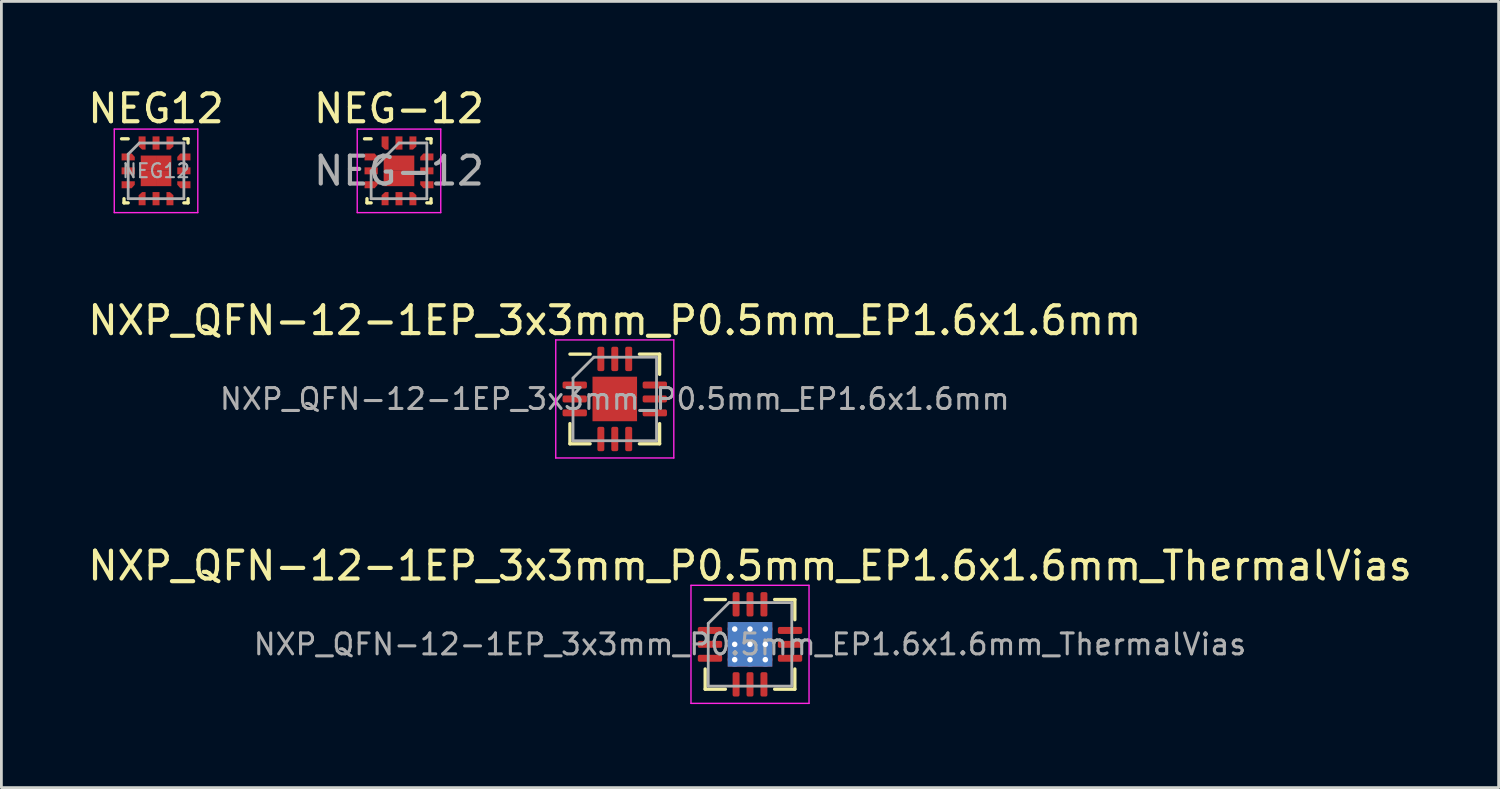
<source format=kicad_pcb>
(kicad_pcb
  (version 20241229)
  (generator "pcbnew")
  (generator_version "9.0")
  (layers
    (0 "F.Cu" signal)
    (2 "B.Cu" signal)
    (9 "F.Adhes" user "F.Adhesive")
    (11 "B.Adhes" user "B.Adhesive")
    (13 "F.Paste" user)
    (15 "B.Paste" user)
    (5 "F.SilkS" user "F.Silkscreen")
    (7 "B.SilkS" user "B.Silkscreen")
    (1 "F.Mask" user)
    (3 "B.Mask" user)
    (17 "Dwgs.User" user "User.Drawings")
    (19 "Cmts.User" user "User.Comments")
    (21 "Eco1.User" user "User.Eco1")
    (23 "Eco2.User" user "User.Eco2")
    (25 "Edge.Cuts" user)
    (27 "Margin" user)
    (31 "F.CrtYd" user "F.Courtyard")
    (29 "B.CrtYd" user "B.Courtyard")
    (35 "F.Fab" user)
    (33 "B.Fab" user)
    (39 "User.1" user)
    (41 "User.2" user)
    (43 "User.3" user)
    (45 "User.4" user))
  (footprint "NXP_QFN-12-1EP_3x3mm_P0.5mm_EP1.6x1.6mm"
    (layer "F.Cu")
    (at 19.03 11.279)
    (property "Reference" "NXP_QFN-12-1EP_3x3mm_P0.5mm_EP1.6x1.6mm" (at 0 -2.82 0) (layer "F.SilkS") (effects (font (size 1 1) (thickness 0.15))))
    (attr smd)
    (fp_line (start -1.61 1.61) (end -1.61 0.885) (stroke (width 0.12) (type solid)) (layer "F.SilkS"))
    (fp_line (start -0.885 -1.61) (end -1.61 -1.61) (stroke (width 0.12) (type solid)) (layer "F.SilkS"))
    (fp_line (start -0.885 1.61) (end -1.61 1.61) (stroke (width 0.12) (type solid)) (layer "F.SilkS"))
    (fp_line (start 0.885 -1.61) (end 1.61 -1.61) (stroke (width 0.12) (type solid)) (layer "F.SilkS"))
    (fp_line (start 0.885 1.61) (end 1.61 1.61) (stroke (width 0.12) (type solid)) (layer "F.SilkS"))
    (fp_line (start 1.61 -1.61) (end 1.61 -0.885) (stroke (width 0.12) (type solid)) (layer "F.SilkS"))
    (fp_line (start 1.61 1.61) (end 1.61 0.885) (stroke (width 0.12) (type solid)) (layer "F.SilkS"))
    (fp_line (start -2.12 -2.12) (end -2.12 2.12) (stroke (width 0.05) (type solid)) (layer "F.CrtYd"))
    (fp_line (start -2.12 2.12) (end 2.12 2.12) (stroke (width 0.05) (type solid)) (layer "F.CrtYd"))
    (fp_line (start 2.12 -2.12) (end -2.12 -2.12) (stroke (width 0.05) (type solid)) (layer "F.CrtYd"))
    (fp_line (start 2.12 2.12) (end 2.12 -2.12) (stroke (width 0.05) (type solid)) (layer "F.CrtYd"))
    (fp_line (start -1.5 -0.75) (end -0.75 -1.5) (stroke (width 0.1) (type solid)) (layer "F.Fab"))
    (fp_line (start -1.5 1.5) (end -1.5 -0.75) (stroke (width 0.1) (type solid)) (layer "F.Fab"))
    (fp_line (start -0.75 -1.5) (end 1.5 -1.5) (stroke (width 0.1) (type solid)) (layer "F.Fab"))
    (fp_line (start 1.5 -1.5) (end 1.5 1.5) (stroke (width 0.1) (type solid)) (layer "F.Fab"))
    (fp_line (start 1.5 1.5) (end -1.5 1.5) (stroke (width 0.1) (type solid)) (layer "F.Fab"))
    (fp_text user "${REFERENCE}" (at 0 0 0) (layer "F.Fab") (effects (font (size 0.75 0.75) (thickness 0.11))))
    (pad "" smd roundrect (at -0.4 -0.4) (size 0.64 0.64) (layers "F.Paste") (roundrect_rratio 0.25))
    (pad "" smd roundrect (at -0.4 0.4) (size 0.64 0.64) (layers "F.Paste") (roundrect_rratio 0.25))
    (pad "" smd roundrect (at 0.4 -0.4) (size 0.64 0.64) (layers "F.Paste") (roundrect_rratio 0.25))
    (pad "" smd roundrect (at 0.4 0.4) (size 0.64 0.64) (layers "F.Paste") (roundrect_rratio 0.25))
    (pad "1" smd roundrect (at -1.438 -0.5) (size 0.875 0.25) (layers "F.Cu" "F.Mask" "F.Paste") (roundrect_rratio 0.25))
    (pad "2" smd roundrect (at -1.438 0) (size 0.875 0.25) (layers "F.Cu" "F.Mask" "F.Paste") (roundrect_rratio 0.25))
    (pad "3" smd roundrect (at -1.438 0.5) (size 0.875 0.25) (layers "F.Cu" "F.Mask" "F.Paste") (roundrect_rratio 0.25))
    (pad "4" smd roundrect (at -0.5 1.438) (size 0.25 0.875) (layers "F.Cu" "F.Mask" "F.Paste") (roundrect_rratio 0.25))
    (pad "5" smd roundrect (at 0 1.438) (size 0.25 0.875) (layers "F.Cu" "F.Mask" "F.Paste") (roundrect_rratio 0.25))
    (pad "6" smd roundrect (at 0.5 1.438) (size 0.25 0.875) (layers "F.Cu" "F.Mask" "F.Paste") (roundrect_rratio 0.25))
    (pad "7" smd roundrect (at 1.438 0.5) (size 0.875 0.25) (layers "F.Cu" "F.Mask" "F.Paste") (roundrect_rratio 0.25))
    (pad "8" smd roundrect (at 1.438 0) (size 0.875 0.25) (layers "F.Cu" "F.Mask" "F.Paste") (roundrect_rratio 0.25))
    (pad "9" smd roundrect (at 1.438 -0.5) (size 0.875 0.25) (layers "F.Cu" "F.Mask" "F.Paste") (roundrect_rratio 0.25))
    (pad "10" smd roundrect (at 0.5 -1.438) (size 0.25 0.875) (layers "F.Cu" "F.Mask" "F.Paste") (roundrect_rratio 0.25))
    (pad "11" smd roundrect (at 0 -1.438) (size 0.25 0.875) (layers "F.Cu" "F.Mask" "F.Paste") (roundrect_rratio 0.25))
    (pad "12" smd roundrect (at -0.5 -1.438) (size 0.25 0.875) (layers "F.Cu" "F.Mask" "F.Paste") (roundrect_rratio 0.25))
    (pad "13" smd rect (at 0 0) (size 1.6 1.6) (layers "F.Cu" "F.Mask")))
  (footprint "NEG-12"
    (layer "F.Cu")
    (at 11.28 3.086)
    (property "Reference" "NEG-12" (at 0 -2.237 0) (layer "F.SilkS") (effects (font (size 1 1) (thickness 0.15))))
    (attr smd)
    (fp_line (start -1.15 1.15) (end -1.15 1) (stroke (width 0.12) (type solid)) (layer "F.SilkS"))
    (fp_line (start -1 -1.15) (end -1.238 -1.15) (stroke (width 0.12) (type solid)) (layer "F.SilkS"))
    (fp_line (start -1 1.15) (end -1.15 1.15) (stroke (width 0.12) (type solid)) (layer "F.SilkS"))
    (fp_line (start 1 -1.15) (end 1.15 -1.15) (stroke (width 0.12) (type solid)) (layer "F.SilkS"))
    (fp_line (start 1 1.15) (end 1.15 1.15) (stroke (width 0.12) (type solid)) (layer "F.SilkS"))
    (fp_line (start 1.15 -1.15) (end 1.15 -1) (stroke (width 0.12) (type solid)) (layer "F.SilkS"))
    (fp_line (start 1.15 1.15) (end 1.15 1) (stroke (width 0.12) (type solid)) (layer "F.SilkS"))
    (fp_line (start -1.5 -1.5) (end 1.5 -1.5) (stroke (width 0.05) (type solid)) (layer "F.CrtYd"))
    (fp_line (start -1.5 1.5) (end -1.5 -1.5) (stroke (width 0.05) (type solid)) (layer "F.CrtYd"))
    (fp_line (start 1.5 -1.5) (end 1.5 1.5) (stroke (width 0.05) (type solid)) (layer "F.CrtYd"))
    (fp_line (start 1.5 1.5) (end -1.5 1.5) (stroke (width 0.05) (type solid)) (layer "F.CrtYd"))
    (fp_line (start -1 0) (end -1 1) (stroke (width 0.1) (type solid)) (layer "F.Fab"))
    (fp_line (start -1 1) (end 1 1) (stroke (width 0.1) (type solid)) (layer "F.Fab"))
    (fp_line (start 0 -1) (end -1 0) (stroke (width 0.1) (type solid)) (layer "F.Fab"))
    (fp_line (start 1 -1) (end 0 -1) (stroke (width 0.1) (type solid)) (layer "F.Fab"))
    (fp_line (start 1 1) (end 1 -1) (stroke (width 0.1) (type solid)) (layer "F.Fab"))
    (fp_text user "${REFERENCE}" (at 0 0 0) (layer "F.Fab") (effects (font (size 1 1) (thickness 0.15))))
    (pad "1" smd custom (at -1 -0.5 90) (size 0.25 0.25) (layers "F.Cu" "F.Mask" "F.Paste") (options (anchor circle)) (primitives (gr_poly (pts (xy -0.125 0.237) (xy -0.125 -0.237) (xy 0.125 -0.237) (xy 0.125 0.125) (xy 0 0.237)) (width 0) (fill yes))))
    (pad "2" smd rect (at -1 0 90) (size 0.25 0.475) (layers "F.Cu" "F.Mask" "F.Paste"))
    (pad "3" smd custom (at -1 0.5 270) (size 0.25 0.25) (layers "F.Cu" "F.Mask" "F.Paste") (options (anchor circle)) (primitives (gr_poly (pts (xy -0.125 -0.237) (xy -0.125 0.237) (xy 0.125 0.237) (xy 0.125 -0.125) (xy 0 -0.237)) (width 0) (fill yes))))
    (pad "4" smd custom (at -0.5 1 180) (size 0.25 0.25) (layers "F.Cu" "F.Mask" "F.Paste") (options (anchor circle)) (primitives (gr_poly (pts (xy -0.125 0.237) (xy -0.125 -0.237) (xy 0.125 -0.237) (xy 0.125 0.125) (xy 0 0.237)) (width 0) (fill yes))))
    (pad "5" smd rect (at 0 1) (size 0.25 0.475) (layers "F.Cu" "F.Mask" "F.Paste"))
    (pad "6" smd custom (at 0.5 1) (size 0.25 0.25) (layers "F.Cu" "F.Mask" "F.Paste") (options (anchor circle)) (primitives (gr_poly (pts (xy -0.125 -0.237) (xy -0.125 0.237) (xy 0.125 0.237) (xy 0.125 -0.125) (xy 0 -0.237)) (width 0) (fill yes))))
    (pad "7" smd custom (at 1 0.5 270) (size 0.25 0.25) (layers "F.Cu" "F.Mask" "F.Paste") (options (anchor circle)) (primitives (gr_poly (pts (xy -0.125 0.237) (xy -0.125 -0.237) (xy 0.125 -0.237) (xy 0.125 0.125) (xy 0 0.237)) (width 0) (fill yes))))
    (pad "8" smd rect (at 1 0 90) (size 0.25 0.475) (layers "F.Cu" "F.Mask" "F.Paste"))
    (pad "9" smd custom (at 1 -0.5 90) (size 0.25 0.25) (layers "F.Cu" "F.Mask" "F.Paste") (options (anchor circle)) (primitives (gr_poly (pts (xy -0.125 -0.237) (xy -0.125 0.237) (xy 0.125 0.237) (xy 0.125 -0.125) (xy 0 -0.237)) (width 0) (fill yes))))
    (pad "10" smd custom (at 0.5 -1) (size 0.25 0.25) (layers "F.Cu" "F.Mask" "F.Paste") (options (anchor circle)) (primitives (gr_poly (pts (xy -0.125 0.237) (xy -0.125 -0.237) (xy 0.125 -0.237) (xy 0.125 0.125) (xy 0 0.237)) (width 0) (fill yes))))
    (pad "11" smd rect (at 0 -1) (size 0.25 0.475) (layers "F.Cu" "F.Mask" "F.Paste"))
    (pad "12" smd custom (at -0.5 -1 180) (size 0.25 0.25) (layers "F.Cu" "F.Mask" "F.Paste") (options (anchor circle)) (primitives (gr_poly (pts (xy -0.125 -0.237) (xy -0.125 0.237) (xy 0.125 0.237) (xy 0.125 -0.125) (xy 0 -0.237)) (width 0) (fill yes))))
    (pad "13" smd rect (at -0.275 -0.275) (size 0.55 0.55) (layers "F.Cu" "F.Mask" "F.Paste"))
    (pad "13" smd rect (at -0.275 0.275) (size 0.55 0.55) (layers "F.Cu" "F.Mask" "F.Paste"))
    (pad "13" smd rect (at 0.275 -0.275) (size 0.55 0.55) (layers "F.Cu" "F.Mask" "F.Paste"))
    (pad "13" smd rect (at 0.275 0.275) (size 0.55 0.55) (layers "F.Cu" "F.Mask" "F.Paste")))
  (footprint "NXP_QFN-12-1EP_3x3mm_P0.5mm_EP1.6x1.6mm_ThermalVias"
    (layer "F.Cu")
    (at 23.887 20.092)
    (property "Reference" "NXP_QFN-12-1EP_3x3mm_P0.5mm_EP1.6x1.6mm_ThermalVias" (at 0 -2.82 0) (layer "F.SilkS") (effects (font (size 1 1) (thickness 0.15))))
    (attr smd)
    (fp_line (start -1.61 1.61) (end -1.61 0.885) (stroke (width 0.12) (type solid)) (layer "F.SilkS"))
    (fp_line (start -0.885 -1.61) (end -1.61 -1.61) (stroke (width 0.12) (type solid)) (layer "F.SilkS"))
    (fp_line (start -0.885 1.61) (end -1.61 1.61) (stroke (width 0.12) (type solid)) (layer "F.SilkS"))
    (fp_line (start 0.885 -1.61) (end 1.61 -1.61) (stroke (width 0.12) (type solid)) (layer "F.SilkS"))
    (fp_line (start 0.885 1.61) (end 1.61 1.61) (stroke (width 0.12) (type solid)) (layer "F.SilkS"))
    (fp_line (start 1.61 -1.61) (end 1.61 -0.885) (stroke (width 0.12) (type solid)) (layer "F.SilkS"))
    (fp_line (start 1.61 1.61) (end 1.61 0.885) (stroke (width 0.12) (type solid)) (layer "F.SilkS"))
    (fp_line (start -2.12 -2.12) (end -2.12 2.12) (stroke (width 0.05) (type solid)) (layer "F.CrtYd"))
    (fp_line (start -2.12 2.12) (end 2.12 2.12) (stroke (width 0.05) (type solid)) (layer "F.CrtYd"))
    (fp_line (start 2.12 -2.12) (end -2.12 -2.12) (stroke (width 0.05) (type solid)) (layer "F.CrtYd"))
    (fp_line (start 2.12 2.12) (end 2.12 -2.12) (stroke (width 0.05) (type solid)) (layer "F.CrtYd"))
    (fp_line (start -1.5 -0.75) (end -0.75 -1.5) (stroke (width 0.1) (type solid)) (layer "F.Fab"))
    (fp_line (start -1.5 1.5) (end -1.5 -0.75) (stroke (width 0.1) (type solid)) (layer "F.Fab"))
    (fp_line (start -0.75 -1.5) (end 1.5 -1.5) (stroke (width 0.1) (type solid)) (layer "F.Fab"))
    (fp_line (start 1.5 -1.5) (end 1.5 1.5) (stroke (width 0.1) (type solid)) (layer "F.Fab"))
    (fp_line (start 1.5 1.5) (end -1.5 1.5) (stroke (width 0.1) (type solid)) (layer "F.Fab"))
    (fp_text user "${REFERENCE}" (at 0 0 0) (layer "F.Fab") (effects (font (size 0.75 0.75) (thickness 0.11))))
    (pad "" smd roundrect (at -0.53 -0.53) (size 0.46 0.46) (layers "F.Paste") (roundrect_rratio 0.25))
    (pad "" smd roundrect (at -0.53 0) (size 0.46 0.46) (layers "F.Paste") (roundrect_rratio 0.25))
    (pad "" smd roundrect (at -0.53 0.53) (size 0.46 0.46) (layers "F.Paste") (roundrect_rratio 0.25))
    (pad "" smd roundrect (at 0 -0.53) (size 0.46 0.46) (layers "F.Paste") (roundrect_rratio 0.25))
    (pad "" smd roundrect (at 0 0) (size 0.46 0.46) (layers "F.Paste") (roundrect_rratio 0.25))
    (pad "" smd roundrect (at 0 0.53) (size 0.46 0.46) (layers "F.Paste") (roundrect_rratio 0.25))
    (pad "" smd roundrect (at 0.53 -0.53) (size 0.46 0.46) (layers "F.Paste") (roundrect_rratio 0.25))
    (pad "" smd roundrect (at 0.53 0) (size 0.46 0.46) (layers "F.Paste") (roundrect_rratio 0.25))
    (pad "" smd roundrect (at 0.53 0.53) (size 0.46 0.46) (layers "F.Paste") (roundrect_rratio 0.25))
    (pad "1" smd roundrect (at -1.438 -0.5) (size 0.875 0.25) (layers "F.Cu" "F.Mask" "F.Paste") (roundrect_rratio 0.25))
    (pad "2" smd roundrect (at -1.438 0) (size 0.875 0.25) (layers "F.Cu" "F.Mask" "F.Paste") (roundrect_rratio 0.25))
    (pad "3" smd roundrect (at -1.438 0.5) (size 0.875 0.25) (layers "F.Cu" "F.Mask" "F.Paste") (roundrect_rratio 0.25))
    (pad "4" smd roundrect (at -0.5 1.438) (size 0.25 0.875) (layers "F.Cu" "F.Mask" "F.Paste") (roundrect_rratio 0.25))
    (pad "5" smd roundrect (at 0 1.438) (size 0.25 0.875) (layers "F.Cu" "F.Mask" "F.Paste") (roundrect_rratio 0.25))
    (pad "6" smd roundrect (at 0.5 1.438) (size 0.25 0.875) (layers "F.Cu" "F.Mask" "F.Paste") (roundrect_rratio 0.25))
    (pad "7" smd roundrect (at 1.438 0.5) (size 0.875 0.25) (layers "F.Cu" "F.Mask" "F.Paste") (roundrect_rratio 0.25))
    (pad "8" smd roundrect (at 1.438 0) (size 0.875 0.25) (layers "F.Cu" "F.Mask" "F.Paste") (roundrect_rratio 0.25))
    (pad "9" smd roundrect (at 1.438 -0.5) (size 0.875 0.25) (layers "F.Cu" "F.Mask" "F.Paste") (roundrect_rratio 0.25))
    (pad "10" smd roundrect (at 0.5 -1.438) (size 0.25 0.875) (layers "F.Cu" "F.Mask" "F.Paste") (roundrect_rratio 0.25))
    (pad "11" smd roundrect (at 0 -1.438) (size 0.25 0.875) (layers "F.Cu" "F.Mask" "F.Paste") (roundrect_rratio 0.25))
    (pad "12" smd roundrect (at -0.5 -1.438) (size 0.25 0.875) (layers "F.Cu" "F.Mask" "F.Paste") (roundrect_rratio 0.25))
    (pad "13" thru_hole circle (at -0.55 -0.55) (size 0.5 0.5) (drill 0.2) (layers "*.Cu"))
    (pad "13" thru_hole circle (at -0.55 0) (size 0.5 0.5) (drill 0.2) (layers "*.Cu"))
    (pad "13" thru_hole circle (at -0.55 0.55) (size 0.5 0.5) (drill 0.2) (layers "*.Cu"))
    (pad "13" thru_hole circle (at 0 -0.55) (size 0.5 0.5) (drill 0.2) (layers "*.Cu"))
    (pad "13" thru_hole circle (at 0 0) (size 0.5 0.5) (drill 0.2) (layers "*.Cu"))
    (pad "13" smd rect (at 0 0) (size 1.6 1.6) (layers "F.Cu" "F.Mask"))
    (pad "13" smd rect (at 0 0) (size 1.6 1.6) (layers "B.Cu"))
    (pad "13" thru_hole circle (at 0 0.55) (size 0.5 0.5) (drill 0.2) (layers "*.Cu"))
    (pad "13" thru_hole circle (at 0.55 -0.55) (size 0.5 0.5) (drill 0.2) (layers "*.Cu"))
    (pad "13" thru_hole circle (at 0.55 0) (size 0.5 0.5) (drill 0.2) (layers "*.Cu"))
    (pad "13" thru_hole circle (at 0.55 0.55) (size 0.5 0.5) (drill 0.2) (layers "*.Cu")))
  (footprint "NEG12"
    (layer "F.Cu")
    (at 2.554 3.086)
    (property "Reference" "NEG12" (at 0 -2.237 0) (layer "F.SilkS") (effects (font (size 1 1) (thickness 0.15))))
    (attr smd)
    (fp_line (start -1.15 1.15) (end -1.15 1) (stroke (width 0.12) (type solid)) (layer "F.SilkS"))
    (fp_line (start -1 -1.15) (end -1.238 -1.15) (stroke (width 0.12) (type solid)) (layer "F.SilkS"))
    (fp_line (start -1 1.15) (end -1.15 1.15) (stroke (width 0.12) (type solid)) (layer "F.SilkS"))
    (fp_line (start 1 -1.15) (end 1.15 -1.15) (stroke (width 0.12) (type solid)) (layer "F.SilkS"))
    (fp_line (start 1 1.15) (end 1.15 1.15) (stroke (width 0.12) (type solid)) (layer "F.SilkS"))
    (fp_line (start 1.15 -1.15) (end 1.15 -1) (stroke (width 0.12) (type solid)) (layer "F.SilkS"))
    (fp_line (start 1.15 1.15) (end 1.15 1) (stroke (width 0.12) (type solid)) (layer "F.SilkS"))
    (fp_line (start -1.5 -1.5) (end 1.5 -1.5) (stroke (width 0.05) (type solid)) (layer "F.CrtYd"))
    (fp_line (start -1.5 1.5) (end -1.5 -1.5) (stroke (width 0.05) (type solid)) (layer "F.CrtYd"))
    (fp_line (start 1.5 -1.5) (end 1.5 1.5) (stroke (width 0.05) (type solid)) (layer "F.CrtYd"))
    (fp_line (start 1.5 1.5) (end -1.5 1.5) (stroke (width 0.05) (type solid)) (layer "F.CrtYd"))
    (fp_line (start -1 -0.6) (end -1 1) (stroke (width 0.1) (type solid)) (layer "F.Fab"))
    (fp_line (start -1 1) (end 1 1) (stroke (width 0.1) (type solid)) (layer "F.Fab"))
    (fp_line (start -0.6 -1) (end -1 -0.6) (stroke (width 0.1) (type solid)) (layer "F.Fab"))
    (fp_line (start 1 -1) (end -0.6 -1) (stroke (width 0.1) (type solid)) (layer "F.Fab"))
    (fp_line (start 1 1) (end 1 -1) (stroke (width 0.1) (type solid)) (layer "F.Fab"))
    (fp_text user "${REFERENCE}" (at 0 0 0) (layer "F.Fab") (effects (font (size 0.5 0.5) (thickness 0.075))))
    (pad "1" smd custom (at -1 -0.5 90) (size 0.25 0.25) (layers "F.Cu" "F.Mask" "F.Paste") (options (anchor circle)) (primitives (gr_poly (pts (xy -0.125 0.237) (xy -0.125 -0.237) (xy 0.125 -0.237) (xy 0.125 0.125) (xy 0 0.237)) (width 0) (fill yes))))
    (pad "2" smd rect (at -1 0 90) (size 0.25 0.475) (layers "F.Cu" "F.Mask" "F.Paste"))
    (pad "3" smd custom (at -1 0.5 270) (size 0.25 0.25) (layers "F.Cu" "F.Mask" "F.Paste") (options (anchor circle)) (primitives (gr_poly (pts (xy -0.125 -0.237) (xy -0.125 0.237) (xy 0.125 0.237) (xy 0.125 -0.125) (xy 0 -0.237)) (width 0) (fill yes))))
    (pad "4" smd custom (at -0.5 1 180) (size 0.25 0.25) (layers "F.Cu" "F.Mask" "F.Paste") (options (anchor circle)) (primitives (gr_poly (pts (xy -0.125 0.237) (xy -0.125 -0.237) (xy 0.125 -0.237) (xy 0.125 0.125) (xy 0 0.237)) (width 0) (fill yes))))
    (pad "5" smd rect (at 0 1) (size 0.25 0.475) (layers "F.Cu" "F.Mask" "F.Paste"))
    (pad "6" smd custom (at 0.5 1) (size 0.25 0.25) (layers "F.Cu" "F.Mask" "F.Paste") (options (anchor circle)) (primitives (gr_poly (pts (xy -0.125 -0.237) (xy -0.125 0.237) (xy 0.125 0.237) (xy 0.125 -0.125) (xy 0 -0.237)) (width 0) (fill yes))))
    (pad "7" smd custom (at 1 0.5 270) (size 0.25 0.25) (layers "F.Cu" "F.Mask" "F.Paste") (options (anchor circle)) (primitives (gr_poly (pts (xy -0.125 0.237) (xy -0.125 -0.237) (xy 0.125 -0.237) (xy 0.125 0.125) (xy 0 0.237)) (width 0) (fill yes))))
    (pad "8" smd rect (at 1 0 90) (size 0.25 0.475) (layers "F.Cu" "F.Mask" "F.Paste"))
    (pad "9" smd custom (at 1 -0.5 90) (size 0.25 0.25) (layers "F.Cu" "F.Mask" "F.Paste") (options (anchor circle)) (primitives (gr_poly (pts (xy -0.125 -0.237) (xy -0.125 0.237) (xy 0.125 0.237) (xy 0.125 -0.125) (xy 0 -0.237)) (width 0) (fill yes))))
    (pad "10" smd custom (at 0.5 -1) (size 0.25 0.25) (layers "F.Cu" "F.Mask" "F.Paste") (options (anchor circle)) (primitives (gr_poly (pts (xy -0.125 0.237) (xy -0.125 -0.237) (xy 0.125 -0.237) (xy 0.125 0.125) (xy 0 0.237)) (width 0) (fill yes))))
    (pad "11" smd rect (at 0 -1) (size 0.25 0.475) (layers "F.Cu" "F.Mask" "F.Paste"))
    (pad "12" smd custom (at -0.5 -1 180) (size 0.25 0.25) (layers "F.Cu" "F.Mask" "F.Paste") (options (anchor circle)) (primitives (gr_poly (pts (xy -0.125 -0.237) (xy -0.125 0.237) (xy 0.125 0.237) (xy 0.125 -0.125) (xy 0 -0.237)) (width 0) (fill yes))))
    (pad "13" smd rect (at -0.275 -0.275) (size 0.55 0.55) (layers "F.Cu" "F.Mask" "F.Paste"))
    (pad "13" smd rect (at -0.275 0.275) (size 0.55 0.55) (layers "F.Cu" "F.Mask" "F.Paste"))
    (pad "13" smd rect (at 0.275 -0.275) (size 0.55 0.55) (layers "F.Cu" "F.Mask" "F.Paste"))
    (pad "13" smd rect (at 0.275 0.275) (size 0.55 0.55) (layers "F.Cu" "F.Mask" "F.Paste")))
  (gr_rect
    (start -3 -3)
    (end 50.774 25.237)
    (stroke (width 0.1) (type default))
    (fill no)
    (layer "Edge.Cuts")))
</source>
